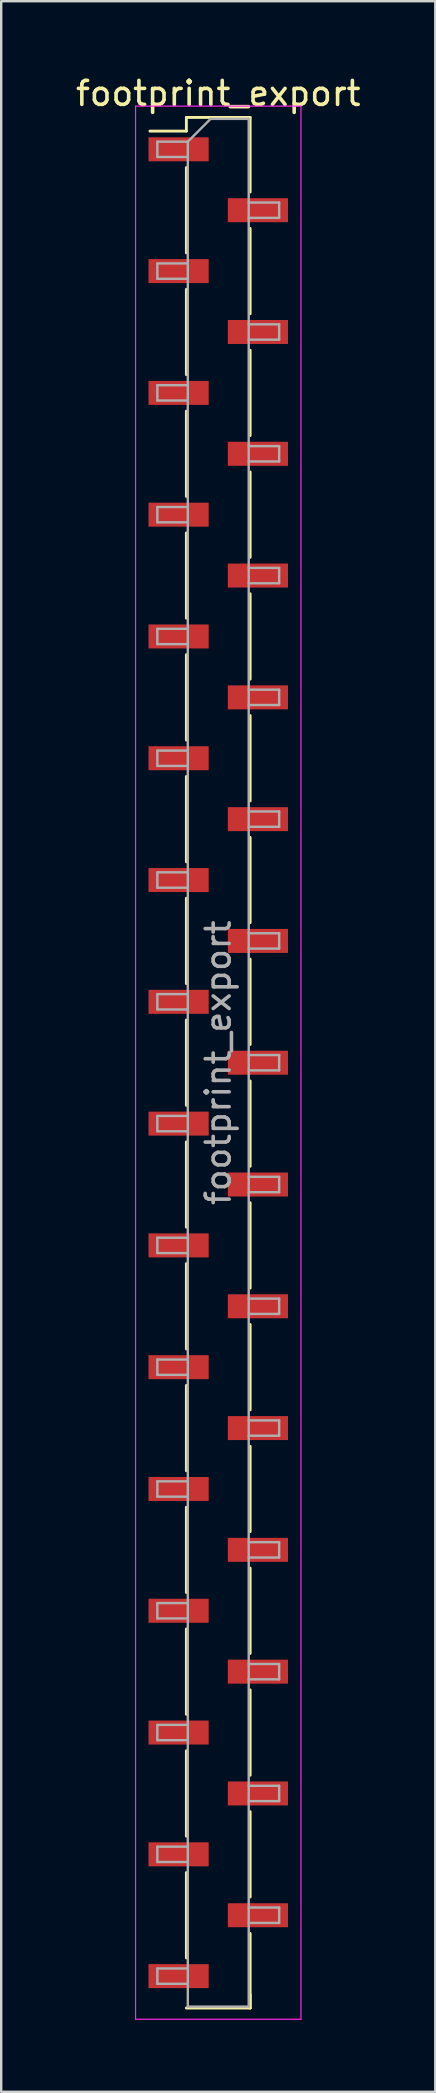
<source format=kicad_pcb>
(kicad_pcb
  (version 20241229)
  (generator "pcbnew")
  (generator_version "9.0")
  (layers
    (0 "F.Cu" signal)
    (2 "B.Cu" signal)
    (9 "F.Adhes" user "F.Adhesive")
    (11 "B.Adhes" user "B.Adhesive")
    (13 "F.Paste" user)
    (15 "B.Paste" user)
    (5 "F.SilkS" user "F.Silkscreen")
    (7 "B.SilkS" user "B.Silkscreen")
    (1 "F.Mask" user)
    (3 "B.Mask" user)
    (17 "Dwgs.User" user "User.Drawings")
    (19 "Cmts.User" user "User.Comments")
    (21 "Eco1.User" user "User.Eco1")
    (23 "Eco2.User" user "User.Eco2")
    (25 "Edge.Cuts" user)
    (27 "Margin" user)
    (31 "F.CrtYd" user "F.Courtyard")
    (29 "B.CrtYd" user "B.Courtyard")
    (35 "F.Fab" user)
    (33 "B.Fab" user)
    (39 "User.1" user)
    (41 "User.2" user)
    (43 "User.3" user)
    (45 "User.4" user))
  (footprint "footprint_export"
    (layer "F.Cu")
    (at 6.054 41.278)
    (property "Reference" "footprint_export" (at 0 -40.43 0) (layer "F.SilkS") (effects (font (size 1 1) (thickness 0.15))))
    (attr smd)
    (fp_line (start -1.33 -39.43) (end -1.33 -38.86) (stroke (width 0.12) (type solid)) (layer "F.SilkS"))
    (fp_line (start -1.33 -39.43) (end 1.33 -39.43) (stroke (width 0.12) (type solid)) (layer "F.SilkS"))
    (fp_line (start -1.33 -38.86) (end -2.85 -38.86) (stroke (width 0.12) (type solid)) (layer "F.SilkS"))
    (fp_line (start -1.33 -37.34) (end -1.33 -33.78) (stroke (width 0.12) (type solid)) (layer "F.SilkS"))
    (fp_line (start -1.33 -32.26) (end -1.33 -28.7) (stroke (width 0.12) (type solid)) (layer "F.SilkS"))
    (fp_line (start -1.33 -27.18) (end -1.33 -23.62) (stroke (width 0.12) (type solid)) (layer "F.SilkS"))
    (fp_line (start -1.33 -22.1) (end -1.33 -18.54) (stroke (width 0.12) (type solid)) (layer "F.SilkS"))
    (fp_line (start -1.33 -17.02) (end -1.33 -13.46) (stroke (width 0.12) (type solid)) (layer "F.SilkS"))
    (fp_line (start -1.33 -11.94) (end -1.33 -8.38) (stroke (width 0.12) (type solid)) (layer "F.SilkS"))
    (fp_line (start -1.33 -6.86) (end -1.33 -3.3) (stroke (width 0.12) (type solid)) (layer "F.SilkS"))
    (fp_line (start -1.33 -1.78) (end -1.33 1.78) (stroke (width 0.12) (type solid)) (layer "F.SilkS"))
    (fp_line (start -1.33 3.3) (end -1.33 6.86) (stroke (width 0.12) (type solid)) (layer "F.SilkS"))
    (fp_line (start -1.33 8.38) (end -1.33 11.94) (stroke (width 0.12) (type solid)) (layer "F.SilkS"))
    (fp_line (start -1.33 13.46) (end -1.33 17.02) (stroke (width 0.12) (type solid)) (layer "F.SilkS"))
    (fp_line (start -1.33 18.54) (end -1.33 22.1) (stroke (width 0.12) (type solid)) (layer "F.SilkS"))
    (fp_line (start -1.33 23.62) (end -1.33 27.18) (stroke (width 0.12) (type solid)) (layer "F.SilkS"))
    (fp_line (start -1.33 28.7) (end -1.33 32.26) (stroke (width 0.12) (type solid)) (layer "F.SilkS"))
    (fp_line (start -1.33 33.78) (end -1.33 37.34) (stroke (width 0.12) (type solid)) (layer "F.SilkS"))
    (fp_line (start -1.33 39.43) (end 1.33 39.43) (stroke (width 0.12) (type solid)) (layer "F.SilkS"))
    (fp_line (start 1.33 -39.43) (end 1.33 -36.32) (stroke (width 0.12) (type solid)) (layer "F.SilkS"))
    (fp_line (start 1.33 -34.8) (end 1.33 -31.24) (stroke (width 0.12) (type solid)) (layer "F.SilkS"))
    (fp_line (start 1.33 -29.72) (end 1.33 -26.16) (stroke (width 0.12) (type solid)) (layer "F.SilkS"))
    (fp_line (start 1.33 -24.64) (end 1.33 -21.08) (stroke (width 0.12) (type solid)) (layer "F.SilkS"))
    (fp_line (start 1.33 -19.56) (end 1.33 -16) (stroke (width 0.12) (type solid)) (layer "F.SilkS"))
    (fp_line (start 1.33 -14.48) (end 1.33 -10.92) (stroke (width 0.12) (type solid)) (layer "F.SilkS"))
    (fp_line (start 1.33 -9.4) (end 1.33 -5.84) (stroke (width 0.12) (type solid)) (layer "F.SilkS"))
    (fp_line (start 1.33 -4.32) (end 1.33 -0.76) (stroke (width 0.12) (type solid)) (layer "F.SilkS"))
    (fp_line (start 1.33 0.76) (end 1.33 4.32) (stroke (width 0.12) (type solid)) (layer "F.SilkS"))
    (fp_line (start 1.33 5.84) (end 1.33 9.4) (stroke (width 0.12) (type solid)) (layer "F.SilkS"))
    (fp_line (start 1.33 10.92) (end 1.33 14.48) (stroke (width 0.12) (type solid)) (layer "F.SilkS"))
    (fp_line (start 1.33 16) (end 1.33 19.56) (stroke (width 0.12) (type solid)) (layer "F.SilkS"))
    (fp_line (start 1.33 21.08) (end 1.33 24.64) (stroke (width 0.12) (type solid)) (layer "F.SilkS"))
    (fp_line (start 1.33 26.16) (end 1.33 29.72) (stroke (width 0.12) (type solid)) (layer "F.SilkS"))
    (fp_line (start 1.33 31.24) (end 1.33 34.8) (stroke (width 0.12) (type solid)) (layer "F.SilkS"))
    (fp_line (start 1.33 36.32) (end 1.33 39.43) (stroke (width 0.12) (type solid)) (layer "F.SilkS"))
    (fp_line (start 1.33 38.86) (end 1.33 39.43) (stroke (width 0.12) (type solid)) (layer "F.SilkS"))
    (fp_line (start -3.45 -39.9) (end -3.45 39.9) (stroke (width 0.05) (type solid)) (layer "F.CrtYd"))
    (fp_line (start -3.45 39.9) (end 3.45 39.9) (stroke (width 0.05) (type solid)) (layer "F.CrtYd"))
    (fp_line (start 3.45 -39.9) (end -3.45 -39.9) (stroke (width 0.05) (type solid)) (layer "F.CrtYd"))
    (fp_line (start 3.45 39.9) (end 3.45 -39.9) (stroke (width 0.05) (type solid)) (layer "F.CrtYd"))
    (fp_line (start -2.54 -38.42) (end -2.54 -37.78) (stroke (width 0.1) (type solid)) (layer "F.Fab"))
    (fp_line (start -2.54 -37.78) (end -1.27 -37.78) (stroke (width 0.1) (type solid)) (layer "F.Fab"))
    (fp_line (start -2.54 -33.34) (end -2.54 -32.7) (stroke (width 0.1) (type solid)) (layer "F.Fab"))
    (fp_line (start -2.54 -32.7) (end -1.27 -32.7) (stroke (width 0.1) (type solid)) (layer "F.Fab"))
    (fp_line (start -2.54 -28.26) (end -2.54 -27.62) (stroke (width 0.1) (type solid)) (layer "F.Fab"))
    (fp_line (start -2.54 -27.62) (end -1.27 -27.62) (stroke (width 0.1) (type solid)) (layer "F.Fab"))
    (fp_line (start -2.54 -23.18) (end -2.54 -22.54) (stroke (width 0.1) (type solid)) (layer "F.Fab"))
    (fp_line (start -2.54 -22.54) (end -1.27 -22.54) (stroke (width 0.1) (type solid)) (layer "F.Fab"))
    (fp_line (start -2.54 -18.1) (end -2.54 -17.46) (stroke (width 0.1) (type solid)) (layer "F.Fab"))
    (fp_line (start -2.54 -17.46) (end -1.27 -17.46) (stroke (width 0.1) (type solid)) (layer "F.Fab"))
    (fp_line (start -2.54 -13.02) (end -2.54 -12.38) (stroke (width 0.1) (type solid)) (layer "F.Fab"))
    (fp_line (start -2.54 -12.38) (end -1.27 -12.38) (stroke (width 0.1) (type solid)) (layer "F.Fab"))
    (fp_line (start -2.54 -7.94) (end -2.54 -7.3) (stroke (width 0.1) (type solid)) (layer "F.Fab"))
    (fp_line (start -2.54 -7.3) (end -1.27 -7.3) (stroke (width 0.1) (type solid)) (layer "F.Fab"))
    (fp_line (start -2.54 -2.86) (end -2.54 -2.22) (stroke (width 0.1) (type solid)) (layer "F.Fab"))
    (fp_line (start -2.54 -2.22) (end -1.27 -2.22) (stroke (width 0.1) (type solid)) (layer "F.Fab"))
    (fp_line (start -2.54 2.22) (end -2.54 2.86) (stroke (width 0.1) (type solid)) (layer "F.Fab"))
    (fp_line (start -2.54 2.86) (end -1.27 2.86) (stroke (width 0.1) (type solid)) (layer "F.Fab"))
    (fp_line (start -2.54 7.3) (end -2.54 7.94) (stroke (width 0.1) (type solid)) (layer "F.Fab"))
    (fp_line (start -2.54 7.94) (end -1.27 7.94) (stroke (width 0.1) (type solid)) (layer "F.Fab"))
    (fp_line (start -2.54 12.38) (end -2.54 13.02) (stroke (width 0.1) (type solid)) (layer "F.Fab"))
    (fp_line (start -2.54 13.02) (end -1.27 13.02) (stroke (width 0.1) (type solid)) (layer "F.Fab"))
    (fp_line (start -2.54 17.46) (end -2.54 18.1) (stroke (width 0.1) (type solid)) (layer "F.Fab"))
    (fp_line (start -2.54 18.1) (end -1.27 18.1) (stroke (width 0.1) (type solid)) (layer "F.Fab"))
    (fp_line (start -2.54 22.54) (end -2.54 23.18) (stroke (width 0.1) (type solid)) (layer "F.Fab"))
    (fp_line (start -2.54 23.18) (end -1.27 23.18) (stroke (width 0.1) (type solid)) (layer "F.Fab"))
    (fp_line (start -2.54 27.62) (end -2.54 28.26) (stroke (width 0.1) (type solid)) (layer "F.Fab"))
    (fp_line (start -2.54 28.26) (end -1.27 28.26) (stroke (width 0.1) (type solid)) (layer "F.Fab"))
    (fp_line (start -2.54 32.7) (end -2.54 33.34) (stroke (width 0.1) (type solid)) (layer "F.Fab"))
    (fp_line (start -2.54 33.34) (end -1.27 33.34) (stroke (width 0.1) (type solid)) (layer "F.Fab"))
    (fp_line (start -2.54 37.78) (end -2.54 38.42) (stroke (width 0.1) (type solid)) (layer "F.Fab"))
    (fp_line (start -2.54 38.42) (end -1.27 38.42) (stroke (width 0.1) (type solid)) (layer "F.Fab"))
    (fp_line (start -1.27 -38.42) (end -2.54 -38.42) (stroke (width 0.1) (type solid)) (layer "F.Fab"))
    (fp_line (start -1.27 -38.42) (end -0.32 -39.37) (stroke (width 0.1) (type solid)) (layer "F.Fab"))
    (fp_line (start -1.27 -33.34) (end -2.54 -33.34) (stroke (width 0.1) (type solid)) (layer "F.Fab"))
    (fp_line (start -1.27 -28.26) (end -2.54 -28.26) (stroke (width 0.1) (type solid)) (layer "F.Fab"))
    (fp_line (start -1.27 -23.18) (end -2.54 -23.18) (stroke (width 0.1) (type solid)) (layer "F.Fab"))
    (fp_line (start -1.27 -18.1) (end -2.54 -18.1) (stroke (width 0.1) (type solid)) (layer "F.Fab"))
    (fp_line (start -1.27 -13.02) (end -2.54 -13.02) (stroke (width 0.1) (type solid)) (layer "F.Fab"))
    (fp_line (start -1.27 -7.94) (end -2.54 -7.94) (stroke (width 0.1) (type solid)) (layer "F.Fab"))
    (fp_line (start -1.27 -2.86) (end -2.54 -2.86) (stroke (width 0.1) (type solid)) (layer "F.Fab"))
    (fp_line (start -1.27 2.22) (end -2.54 2.22) (stroke (width 0.1) (type solid)) (layer "F.Fab"))
    (fp_line (start -1.27 7.3) (end -2.54 7.3) (stroke (width 0.1) (type solid)) (layer "F.Fab"))
    (fp_line (start -1.27 12.38) (end -2.54 12.38) (stroke (width 0.1) (type solid)) (layer "F.Fab"))
    (fp_line (start -1.27 17.46) (end -2.54 17.46) (stroke (width 0.1) (type solid)) (layer "F.Fab"))
    (fp_line (start -1.27 22.54) (end -2.54 22.54) (stroke (width 0.1) (type solid)) (layer "F.Fab"))
    (fp_line (start -1.27 27.62) (end -2.54 27.62) (stroke (width 0.1) (type solid)) (layer "F.Fab"))
    (fp_line (start -1.27 32.7) (end -2.54 32.7) (stroke (width 0.1) (type solid)) (layer "F.Fab"))
    (fp_line (start -1.27 37.78) (end -2.54 37.78) (stroke (width 0.1) (type solid)) (layer "F.Fab"))
    (fp_line (start -1.27 39.37) (end -1.27 -38.42) (stroke (width 0.1) (type solid)) (layer "F.Fab"))
    (fp_line (start -0.32 -39.37) (end 1.27 -39.37) (stroke (width 0.1) (type solid)) (layer "F.Fab"))
    (fp_line (start 1.27 -39.37) (end 1.27 39.37) (stroke (width 0.1) (type solid)) (layer "F.Fab"))
    (fp_line (start 1.27 -35.88) (end 2.54 -35.88) (stroke (width 0.1) (type solid)) (layer "F.Fab"))
    (fp_line (start 1.27 -30.8) (end 2.54 -30.8) (stroke (width 0.1) (type solid)) (layer "F.Fab"))
    (fp_line (start 1.27 -25.72) (end 2.54 -25.72) (stroke (width 0.1) (type solid)) (layer "F.Fab"))
    (fp_line (start 1.27 -20.64) (end 2.54 -20.64) (stroke (width 0.1) (type solid)) (layer "F.Fab"))
    (fp_line (start 1.27 -15.56) (end 2.54 -15.56) (stroke (width 0.1) (type solid)) (layer "F.Fab"))
    (fp_line (start 1.27 -10.48) (end 2.54 -10.48) (stroke (width 0.1) (type solid)) (layer "F.Fab"))
    (fp_line (start 1.27 -5.4) (end 2.54 -5.4) (stroke (width 0.1) (type solid)) (layer "F.Fab"))
    (fp_line (start 1.27 -0.32) (end 2.54 -0.32) (stroke (width 0.1) (type solid)) (layer "F.Fab"))
    (fp_line (start 1.27 4.76) (end 2.54 4.76) (stroke (width 0.1) (type solid)) (layer "F.Fab"))
    (fp_line (start 1.27 9.84) (end 2.54 9.84) (stroke (width 0.1) (type solid)) (layer "F.Fab"))
    (fp_line (start 1.27 14.92) (end 2.54 14.92) (stroke (width 0.1) (type solid)) (layer "F.Fab"))
    (fp_line (start 1.27 20) (end 2.54 20) (stroke (width 0.1) (type solid)) (layer "F.Fab"))
    (fp_line (start 1.27 25.08) (end 2.54 25.08) (stroke (width 0.1) (type solid)) (layer "F.Fab"))
    (fp_line (start 1.27 30.16) (end 2.54 30.16) (stroke (width 0.1) (type solid)) (layer "F.Fab"))
    (fp_line (start 1.27 35.24) (end 2.54 35.24) (stroke (width 0.1) (type solid)) (layer "F.Fab"))
    (fp_line (start 1.27 39.37) (end -1.27 39.37) (stroke (width 0.1) (type solid)) (layer "F.Fab"))
    (fp_line (start 2.54 -35.88) (end 2.54 -35.24) (stroke (width 0.1) (type solid)) (layer "F.Fab"))
    (fp_line (start 2.54 -35.24) (end 1.27 -35.24) (stroke (width 0.1) (type solid)) (layer "F.Fab"))
    (fp_line (start 2.54 -30.8) (end 2.54 -30.16) (stroke (width 0.1) (type solid)) (layer "F.Fab"))
    (fp_line (start 2.54 -30.16) (end 1.27 -30.16) (stroke (width 0.1) (type solid)) (layer "F.Fab"))
    (fp_line (start 2.54 -25.72) (end 2.54 -25.08) (stroke (width 0.1) (type solid)) (layer "F.Fab"))
    (fp_line (start 2.54 -25.08) (end 1.27 -25.08) (stroke (width 0.1) (type solid)) (layer "F.Fab"))
    (fp_line (start 2.54 -20.64) (end 2.54 -20) (stroke (width 0.1) (type solid)) (layer "F.Fab"))
    (fp_line (start 2.54 -20) (end 1.27 -20) (stroke (width 0.1) (type solid)) (layer "F.Fab"))
    (fp_line (start 2.54 -15.56) (end 2.54 -14.92) (stroke (width 0.1) (type solid)) (layer "F.Fab"))
    (fp_line (start 2.54 -14.92) (end 1.27 -14.92) (stroke (width 0.1) (type solid)) (layer "F.Fab"))
    (fp_line (start 2.54 -10.48) (end 2.54 -9.84) (stroke (width 0.1) (type solid)) (layer "F.Fab"))
    (fp_line (start 2.54 -9.84) (end 1.27 -9.84) (stroke (width 0.1) (type solid)) (layer "F.Fab"))
    (fp_line (start 2.54 -5.4) (end 2.54 -4.76) (stroke (width 0.1) (type solid)) (layer "F.Fab"))
    (fp_line (start 2.54 -4.76) (end 1.27 -4.76) (stroke (width 0.1) (type solid)) (layer "F.Fab"))
    (fp_line (start 2.54 -0.32) (end 2.54 0.32) (stroke (width 0.1) (type solid)) (layer "F.Fab"))
    (fp_line (start 2.54 0.32) (end 1.27 0.32) (stroke (width 0.1) (type solid)) (layer "F.Fab"))
    (fp_line (start 2.54 4.76) (end 2.54 5.4) (stroke (width 0.1) (type solid)) (layer "F.Fab"))
    (fp_line (start 2.54 5.4) (end 1.27 5.4) (stroke (width 0.1) (type solid)) (layer "F.Fab"))
    (fp_line (start 2.54 9.84) (end 2.54 10.48) (stroke (width 0.1) (type solid)) (layer "F.Fab"))
    (fp_line (start 2.54 10.48) (end 1.27 10.48) (stroke (width 0.1) (type solid)) (layer "F.Fab"))
    (fp_line (start 2.54 14.92) (end 2.54 15.56) (stroke (width 0.1) (type solid)) (layer "F.Fab"))
    (fp_line (start 2.54 15.56) (end 1.27 15.56) (stroke (width 0.1) (type solid)) (layer "F.Fab"))
    (fp_line (start 2.54 20) (end 2.54 20.64) (stroke (width 0.1) (type solid)) (layer "F.Fab"))
    (fp_line (start 2.54 20.64) (end 1.27 20.64) (stroke (width 0.1) (type solid)) (layer "F.Fab"))
    (fp_line (start 2.54 25.08) (end 2.54 25.72) (stroke (width 0.1) (type solid)) (layer "F.Fab"))
    (fp_line (start 2.54 25.72) (end 1.27 25.72) (stroke (width 0.1) (type solid)) (layer "F.Fab"))
    (fp_line (start 2.54 30.16) (end 2.54 30.8) (stroke (width 0.1) (type solid)) (layer "F.Fab"))
    (fp_line (start 2.54 30.8) (end 1.27 30.8) (stroke (width 0.1) (type solid)) (layer "F.Fab"))
    (fp_line (start 2.54 35.24) (end 2.54 35.88) (stroke (width 0.1) (type solid)) (layer "F.Fab"))
    (fp_line (start 2.54 35.88) (end 1.27 35.88) (stroke (width 0.1) (type solid)) (layer "F.Fab"))
    (fp_text user "${REFERENCE}" (at 0 0 90) (layer "F.Fab") (effects (font (size 1 1) (thickness 0.15))))
    (pad "1" smd rect (at -1.655 -38.1) (size 2.51 1) (layers "F.Cu" "F.Mask" "F.Paste"))
    (pad "2" smd rect (at 1.655 -35.56) (size 2.51 1) (layers "F.Cu" "F.Mask" "F.Paste"))
    (pad "3" smd rect (at -1.655 -33.02) (size 2.51 1) (layers "F.Cu" "F.Mask" "F.Paste"))
    (pad "4" smd rect (at 1.655 -30.48) (size 2.51 1) (layers "F.Cu" "F.Mask" "F.Paste"))
    (pad "5" smd rect (at -1.655 -27.94) (size 2.51 1) (layers "F.Cu" "F.Mask" "F.Paste"))
    (pad "6" smd rect (at 1.655 -25.4) (size 2.51 1) (layers "F.Cu" "F.Mask" "F.Paste"))
    (pad "7" smd rect (at -1.655 -22.86) (size 2.51 1) (layers "F.Cu" "F.Mask" "F.Paste"))
    (pad "8" smd rect (at 1.655 -20.32) (size 2.51 1) (layers "F.Cu" "F.Mask" "F.Paste"))
    (pad "9" smd rect (at -1.655 -17.78) (size 2.51 1) (layers "F.Cu" "F.Mask" "F.Paste"))
    (pad "10" smd rect (at 1.655 -15.24) (size 2.51 1) (layers "F.Cu" "F.Mask" "F.Paste"))
    (pad "11" smd rect (at -1.655 -12.7) (size 2.51 1) (layers "F.Cu" "F.Mask" "F.Paste"))
    (pad "12" smd rect (at 1.655 -10.16) (size 2.51 1) (layers "F.Cu" "F.Mask" "F.Paste"))
    (pad "13" smd rect (at -1.655 -7.62) (size 2.51 1) (layers "F.Cu" "F.Mask" "F.Paste"))
    (pad "14" smd rect (at 1.655 -5.08) (size 2.51 1) (layers "F.Cu" "F.Mask" "F.Paste"))
    (pad "15" smd rect (at -1.655 -2.54) (size 2.51 1) (layers "F.Cu" "F.Mask" "F.Paste"))
    (pad "16" smd rect (at 1.655 0) (size 2.51 1) (layers "F.Cu" "F.Mask" "F.Paste"))
    (pad "17" smd rect (at -1.655 2.54) (size 2.51 1) (layers "F.Cu" "F.Mask" "F.Paste"))
    (pad "18" smd rect (at 1.655 5.08) (size 2.51 1) (layers "F.Cu" "F.Mask" "F.Paste"))
    (pad "19" smd rect (at -1.655 7.62) (size 2.51 1) (layers "F.Cu" "F.Mask" "F.Paste"))
    (pad "20" smd rect (at 1.655 10.16) (size 2.51 1) (layers "F.Cu" "F.Mask" "F.Paste"))
    (pad "21" smd rect (at -1.655 12.7) (size 2.51 1) (layers "F.Cu" "F.Mask" "F.Paste"))
    (pad "22" smd rect (at 1.655 15.24) (size 2.51 1) (layers "F.Cu" "F.Mask" "F.Paste"))
    (pad "23" smd rect (at -1.655 17.78) (size 2.51 1) (layers "F.Cu" "F.Mask" "F.Paste"))
    (pad "24" smd rect (at 1.655 20.32) (size 2.51 1) (layers "F.Cu" "F.Mask" "F.Paste"))
    (pad "25" smd rect (at -1.655 22.86) (size 2.51 1) (layers "F.Cu" "F.Mask" "F.Paste"))
    (pad "26" smd rect (at 1.655 25.4) (size 2.51 1) (layers "F.Cu" "F.Mask" "F.Paste"))
    (pad "27" smd rect (at -1.655 27.94) (size 2.51 1) (layers "F.Cu" "F.Mask" "F.Paste"))
    (pad "28" smd rect (at 1.655 30.48) (size 2.51 1) (layers "F.Cu" "F.Mask" "F.Paste"))
    (pad "29" smd rect (at -1.655 33.02) (size 2.51 1) (layers "F.Cu" "F.Mask" "F.Paste"))
    (pad "30" smd rect (at 1.655 35.56) (size 2.51 1) (layers "F.Cu" "F.Mask" "F.Paste"))
    (pad "31" smd rect (at -1.655 38.1) (size 2.51 1) (layers "F.Cu" "F.Mask" "F.Paste")))
  (gr_rect
    (start -3 -3)
    (end 15.107 84.203)
    (stroke (width 0.1) (type default))
    (fill no)
    (layer "Edge.Cuts")))
</source>
